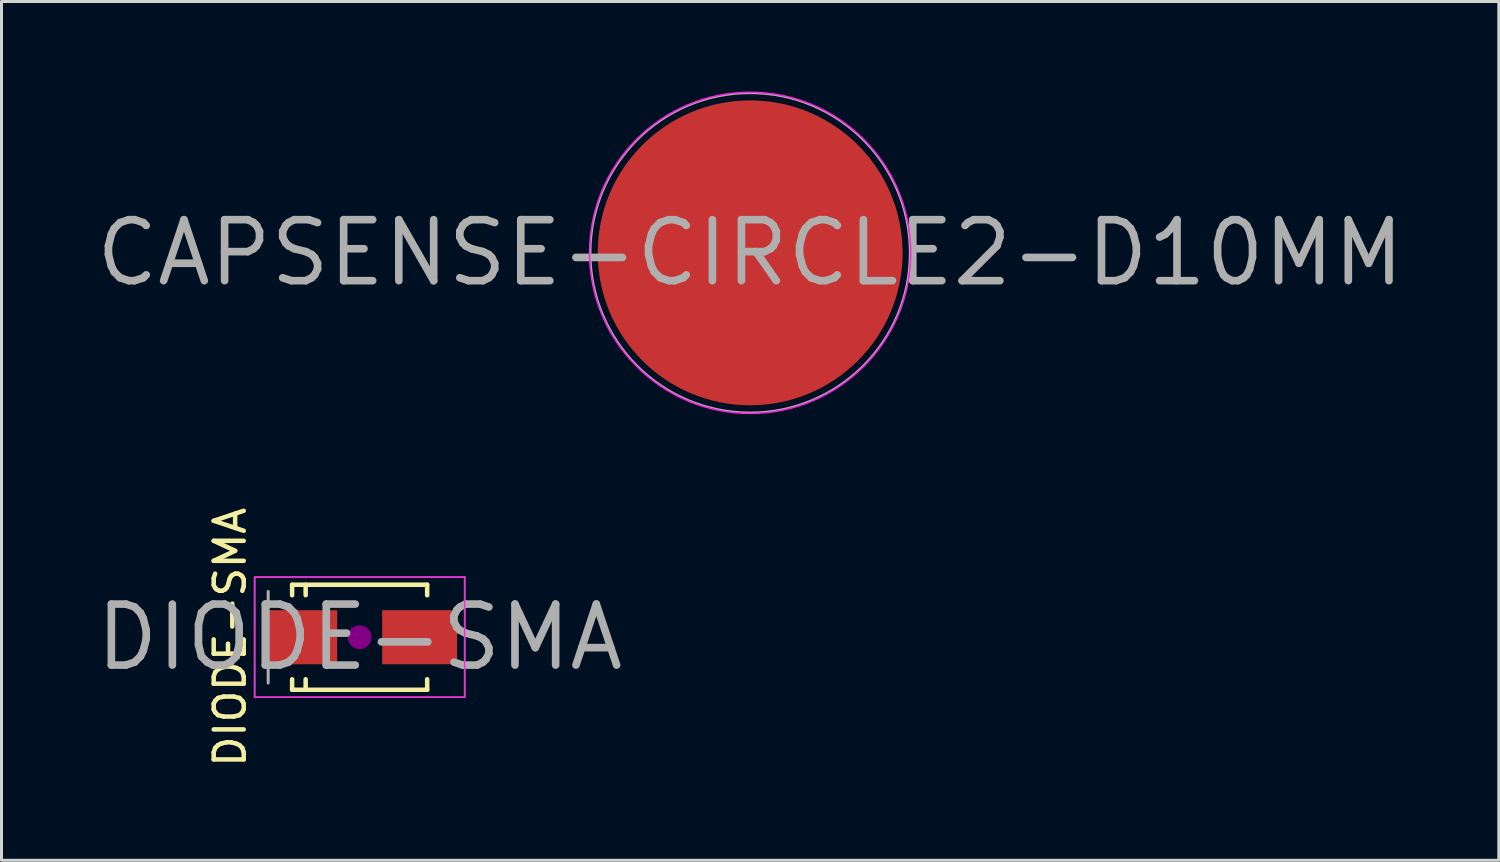
<source format=kicad_pcb>
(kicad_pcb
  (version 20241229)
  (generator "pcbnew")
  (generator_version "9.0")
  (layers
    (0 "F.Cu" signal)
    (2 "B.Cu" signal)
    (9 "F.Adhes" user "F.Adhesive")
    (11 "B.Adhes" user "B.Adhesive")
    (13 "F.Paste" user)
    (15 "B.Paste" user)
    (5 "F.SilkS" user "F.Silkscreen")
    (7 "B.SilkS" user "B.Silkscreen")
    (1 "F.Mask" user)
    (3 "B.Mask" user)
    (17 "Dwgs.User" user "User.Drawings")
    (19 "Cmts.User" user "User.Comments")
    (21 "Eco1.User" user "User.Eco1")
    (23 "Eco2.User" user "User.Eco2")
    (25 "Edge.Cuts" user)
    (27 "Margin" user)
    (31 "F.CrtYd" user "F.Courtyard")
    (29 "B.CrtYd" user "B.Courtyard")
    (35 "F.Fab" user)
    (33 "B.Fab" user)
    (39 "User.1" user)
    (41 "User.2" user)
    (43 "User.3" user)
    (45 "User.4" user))
  (footprint "CAPSENSE-CIRCLE2-D10MM"
    (layer "F.Cu")
    (at 21.949 5.376)
    (property "Reference" "CAPSENSE-CIRCLE2-D10MM" (at 0 0 0) (layer "F.Fab") (effects (font (size 2.032 2.032) (thickness 0.254))))
    (attr through_hole)
    (fp_circle (center 0 0) (end 3.25 4.25) (stroke (width 0.051) (type solid)) (fill no) (layer "F.CrtYd"))
    (fp_circle (center 0 0) (end 4 3.5) (stroke (width 0.051) (type solid)) (fill no) (layer "F.Fab"))
    (pad "1" smd circle (at 0 0) (size 10.16 10.16) (layers "F.Cu")))
  (footprint "DIODE-SMA"
    (layer "F.Cu")
    (at 8.935 18.186)
    (property "Reference" "DIODE-SMA" (at 0 0 0) (layer "F.Fab") (effects (font (size 2.032 2.032) (thickness 0.254))))
    (attr smd)
    (fp_line (start -2.25 -1.75) (end -2.25 -1.4) (stroke (width 0.15) (type solid)) (layer "F.SilkS"))
    (fp_line (start -2.25 -1.75) (end 2.25 -1.75) (stroke (width 0.15) (type solid)) (layer "F.SilkS"))
    (fp_line (start -2.25 1.75) (end -2.25 1.4) (stroke (width 0.15) (type solid)) (layer "F.SilkS"))
    (fp_line (start -2.25 1.75) (end 2.25 1.75) (stroke (width 0.15) (type solid)) (layer "F.SilkS"))
    (fp_line (start -1.799 -1.75) (end -1.799 -1.4) (stroke (width 0.15) (type solid)) (layer "F.SilkS"))
    (fp_line (start -1.799 1.75) (end -1.799 1.4) (stroke (width 0.15) (type solid)) (layer "F.SilkS"))
    (fp_line (start 2.25 -1.75) (end 2.25 -1.4) (stroke (width 0.15) (type solid)) (layer "F.SilkS"))
    (fp_line (start 2.25 1.75) (end 2.25 1.4) (stroke (width 0.15) (type solid)) (layer "F.SilkS"))
    (fp_circle (center 0 0) (end 0.201 -0.051) (stroke (width 0.381) (type solid)) (fill no) (layer "F.Adhes"))
    (fp_line (start -3.5 -2) (end 3.5 -2) (stroke (width 0.05) (type solid)) (layer "F.CrtYd"))
    (fp_line (start -3.5 2) (end -3.5 -2) (stroke (width 0.05) (type solid)) (layer "F.CrtYd"))
    (fp_line (start 3.5 -2) (end 3.5 2) (stroke (width 0.05) (type solid)) (layer "F.CrtYd"))
    (fp_line (start 3.5 2) (end -3.5 2) (stroke (width 0.05) (type solid)) (layer "F.CrtYd"))
    (fp_line (start -3.5 -2) (end 3.5 -2) (stroke (width 0.05) (type solid)) (layer "F.Fab"))
    (fp_line (start -3.5 2) (end -3.5 -2) (stroke (width 0.05) (type solid)) (layer "F.Fab"))
    (fp_line (start -3.048 -1.524) (end -3.048 1.524) (stroke (width 0.1) (type solid)) (layer "F.Fab"))
    (fp_line (start 3.5 -2) (end 3.5 2) (stroke (width 0.05) (type solid)) (layer "F.Fab"))
    (fp_line (start 3.5 2) (end -3.5 2) (stroke (width 0.05) (type solid)) (layer "F.Fab"))
    (fp_text user "${REFERENCE}" (at -4.318 0 90) (layer "F.SilkS") (effects (font (size 1 1) (thickness 0.15))))
    (pad "1" smd rect (at -1.999 0) (size 2.499 1.801) (layers "F.Cu" "F.Mask" "F.Paste"))
    (pad "2" smd rect (at 1.999 0) (size 2.499 1.801) (layers "F.Cu" "F.Mask" "F.Paste")))
  (gr_rect
    (start -3 -3)
    (end 46.898 25.62)
    (stroke (width 0.1) (type default))
    (fill no)
    (layer "Edge.Cuts")))
</source>
